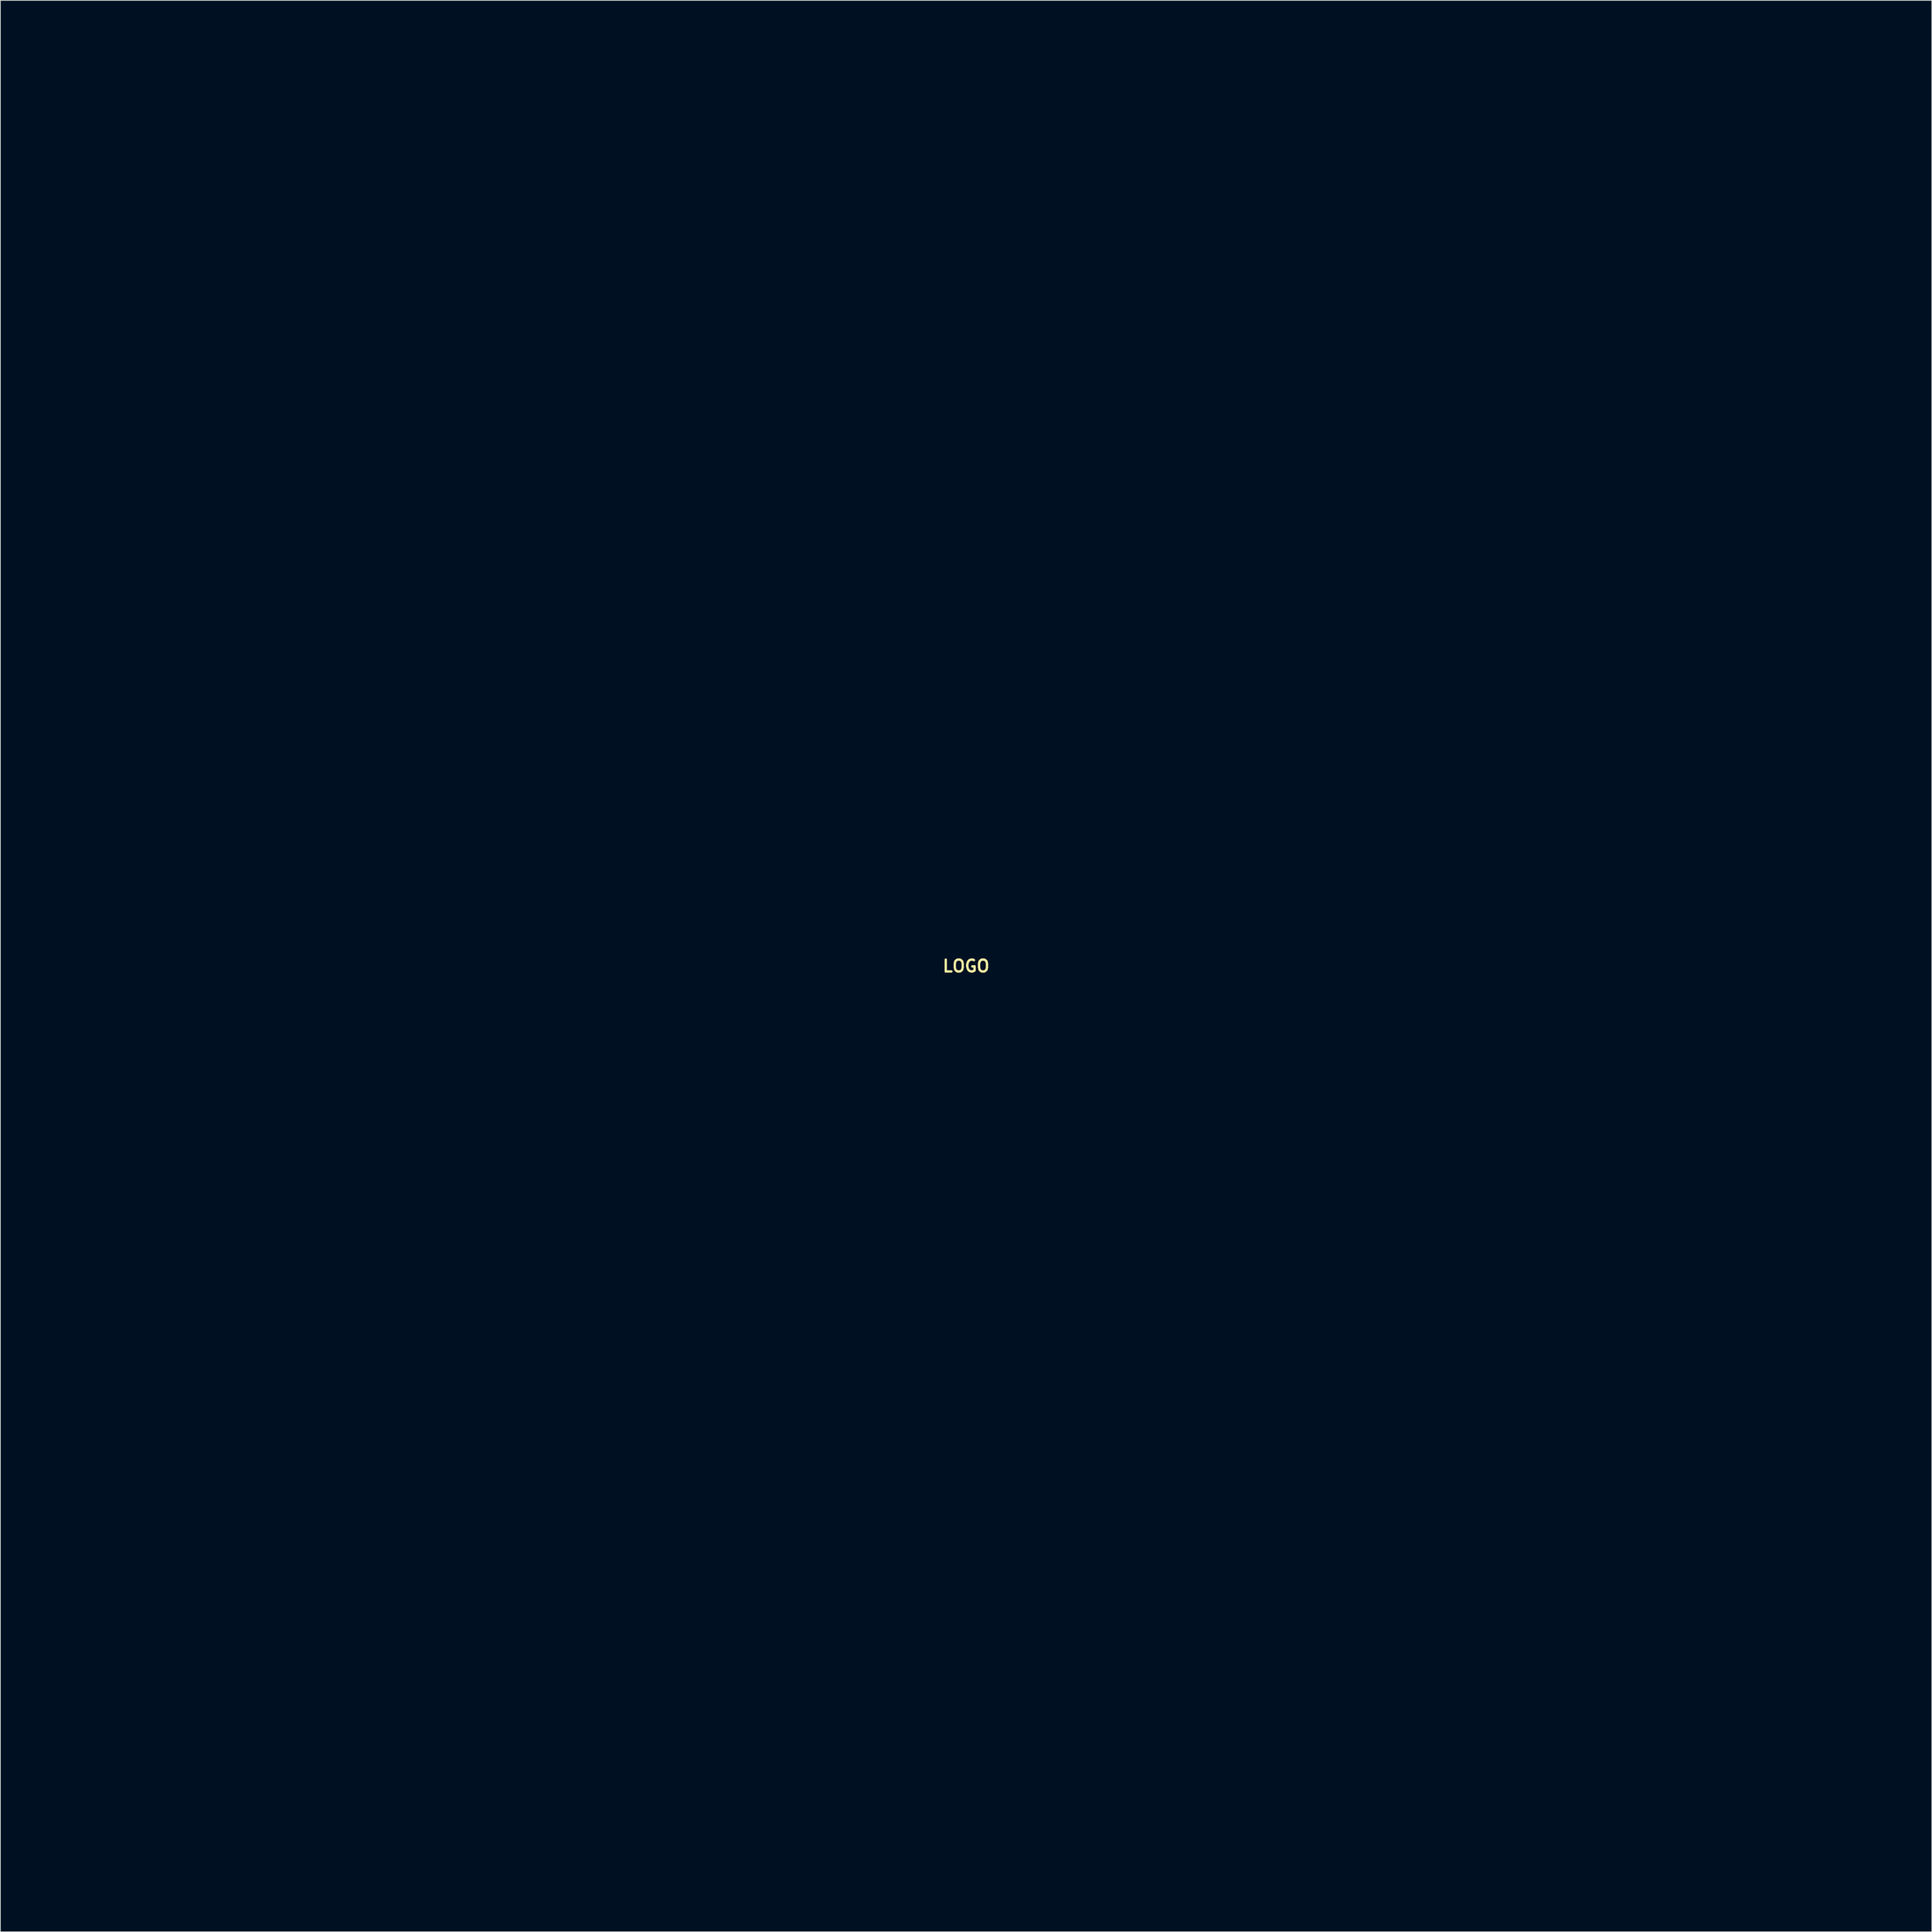
<source format=kicad_pcb>
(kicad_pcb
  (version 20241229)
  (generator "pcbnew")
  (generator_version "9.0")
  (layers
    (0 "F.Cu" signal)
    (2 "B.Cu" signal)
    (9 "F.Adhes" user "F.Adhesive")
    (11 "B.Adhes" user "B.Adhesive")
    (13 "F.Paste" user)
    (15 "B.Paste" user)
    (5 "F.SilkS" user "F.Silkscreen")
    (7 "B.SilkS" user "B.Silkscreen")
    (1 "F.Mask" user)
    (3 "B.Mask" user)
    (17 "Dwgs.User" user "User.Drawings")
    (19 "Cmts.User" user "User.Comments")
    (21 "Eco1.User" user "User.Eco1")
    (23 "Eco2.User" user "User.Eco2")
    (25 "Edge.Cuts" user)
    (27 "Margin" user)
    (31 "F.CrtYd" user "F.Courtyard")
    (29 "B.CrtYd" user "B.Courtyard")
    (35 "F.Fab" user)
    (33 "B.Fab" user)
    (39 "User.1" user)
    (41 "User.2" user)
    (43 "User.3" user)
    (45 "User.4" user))
  (footprint "LOGO"
    (layer "F.Cu")
    (at 121.053 121.053)
    (property "Reference" "LOGO" (at 0 0 0) (layer "F.SilkS") (effects (font (size 1.524 1.524) (thickness 0.3))))
    (attr through_hole)
    (fp_poly (pts (xy -57.503 59.09) (xy -57.679 59.267) (xy -57.856 59.09) (xy -57.679 58.914) (xy -57.503 59.09)) (stroke (width 0.1) (type solid)) (fill yes) (layer "F.Mask"))
    (fp_poly (pts (xy 30.692 8.467) (xy 23.636 8.467) (xy 21.138 8.457) (xy 19.27 8.426) (xy 17.956 8.368) (xy 17.121 8.278) (xy 16.688 8.152) (xy 16.581 8.008) (xy 16.81 7.363) (xy 16.979 7.151) (xy 17.263 6.748) (xy 17.854 5.826) (xy 18.696 4.471) (xy 19.735 2.771) (xy 20.918 0.815) (xy 21.867 -0.768) (xy 26.358 -8.29) (xy 28.525 -8.395) (xy 30.692 -8.5) (xy 30.692 -0.017) (xy 30.692 8.467)) (stroke (width 0.1) (type solid)) (fill yes) (layer "F.Mask"))
    (fp_poly (pts (xy 53.269 53.269) (xy 21.519 53.269) (xy 16.853 53.267) (xy 12.394 53.261) (xy 8.191 53.25) (xy 4.294 53.236) (xy 0.753 53.218) (xy -2.382 53.197) (xy -5.062 53.174) (xy -7.236 53.148) (xy -8.856 53.121) (xy -9.87 53.091) (xy -10.23 53.06) (xy -10.231 53.06) (xy -10.056 52.714) (xy -9.563 51.844) (xy -8.8 50.53) (xy -7.812 48.852) (xy -6.646 46.89) (xy -5.35 44.724) (xy -5.272 44.593) (xy -0.313 36.336) (xy 26.478 36.336) (xy 53.269 36.336) (xy 53.269 44.803) (xy 53.269 53.269)) (stroke (width 0.1) (type solid)) (fill yes) (layer "F.Mask"))
    (fp_poly (pts (xy 11.179 -7.989) (xy 11.06 -7.649) (xy 10.641 -6.776) (xy 9.967 -5.451) (xy 9.08 -3.758) (xy 8.022 -1.78) (xy 6.93 0.231) (xy 2.521 8.29) (xy -5.971 8.361) (xy -8.547 8.37) (xy -10.752 8.351) (xy -12.51 8.307) (xy -13.748 8.241) (xy -14.389 8.154) (xy -14.464 8.107) (xy -14.277 7.738) (xy -13.751 6.86) (xy -12.936 5.551) (xy -11.88 3.89) (xy -10.633 1.957) (xy -9.247 -0.17) (xy -9.127 -0.352) (xy -3.791 -8.487) (xy 3.614 -8.317) (xy 5.826 -8.26) (xy 7.79 -8.195) (xy 9.399 -8.128) (xy 10.548 -8.063) (xy 11.13 -8.005) (xy 11.179 -7.989)) (stroke (width 0.1) (type solid)) (fill yes) (layer "F.Mask"))
    (fp_poly (pts (xy -13.053 36.583) (xy -13.215 36.947) (xy -13.671 37.846) (xy -14.378 39.197) (xy -15.291 40.916) (xy -16.366 42.919) (xy -17.519 45.05) (xy -21.986 53.269) (xy -37.393 53.269) (xy -40.624 53.264) (xy -43.635 53.249) (xy -46.354 53.226) (xy -48.708 53.195) (xy -50.623 53.157) (xy -52.028 53.114) (xy -52.848 53.067) (xy -52.95 53.049) (xy -51.987 52.162) (xy -51.477 51.701) (xy -50.511 50.839) (xy -49.163 49.64) (xy -47.505 48.169) (xy -45.611 46.491) (xy -43.553 44.67) (xy -42.55 43.783) (xy -34.123 36.336) (xy -23.588 36.336) (xy -20.943 36.344) (xy -18.541 36.366) (xy -16.469 36.401) (xy -14.813 36.447) (xy -13.66 36.501) (xy -13.095 36.561) (xy -13.053 36.583)) (stroke (width 0.1) (type solid)) (fill yes) (layer "F.Mask"))
    (fp_poly (pts (xy 53.282 -36.336) (xy 48.299 -36.336) (xy 46.329 -36.344) (xy 44.965 -36.374) (xy 44.105 -36.439) (xy 43.652 -36.552) (xy 43.503 -36.723) (xy 43.536 -36.908) (xy 43.772 -37.36) (xy 44.32 -38.327) (xy 45.127 -39.718) (xy 46.14 -41.444) (xy 47.307 -43.414) (xy 48.213 -44.934) (xy 49.452 -47.006) (xy 50.572 -48.882) (xy 51.522 -50.473) (xy 52.25 -51.695) (xy 52.705 -52.462) (xy 52.835 -52.685) (xy 52.616 -52.533) (xy 51.922 -51.968) (xy 50.81 -51.04) (xy 49.338 -49.798) (xy 47.565 -48.291) (xy 45.548 -46.568) (xy 43.346 -44.678) (xy 43.345 -44.677) (xy 33.69 -36.372) (xy 24.253 -36.354) (xy 21.756 -36.356) (xy 19.507 -36.372) (xy 17.597 -36.398) (xy 16.118 -36.435) (xy 15.16 -36.479) (xy 14.817 -36.53) (xy 14.817 -36.53) (xy 15.001 -36.867) (xy 15.514 -37.697) (xy 16.293 -38.925) (xy 17.276 -40.456) (xy 18.402 -42.195) (xy 19.608 -44.048) (xy 20.832 -45.919) (xy 22.013 -47.713) (xy 23.089 -49.336) (xy 23.998 -50.692) (xy 24.677 -51.687) (xy 24.99 -52.127) (xy 25.843 -53.278) (xy 39.468 -53.185) (xy 53.093 -53.093) (xy 53.188 -44.715) (xy 53.282 -36.336)) (stroke (width 0.1) (type solid)) (fill yes) (layer "F.Mask"))
    (fp_poly (pts (xy 2.895 -53.079) (xy 2.788 -52.729) (xy 2.388 -51.842) (xy 1.736 -50.5) (xy 0.875 -48.787) (xy -0.155 -46.788) (xy -1.251 -44.7) (xy -5.589 -36.513) (xy -20.962 -36.421) (xy -36.336 -36.329) (xy -36.336 -22.398) (xy -36.336 -8.467) (xy -28.575 -8.467) (xy -26.042 -8.452) (xy -23.932 -8.41) (xy -22.313 -8.343) (xy -21.253 -8.255) (xy -20.82 -8.148) (xy -20.814 -8.132) (xy -20.973 -7.742) (xy -21.422 -6.816) (xy -22.116 -5.44) (xy -23.011 -3.699) (xy -24.065 -1.681) (xy -25.129 0.335) (xy -29.444 8.467) (xy -32.89 8.467) (xy -36.336 8.467) (xy -36.336 14.978) (xy -36.336 21.49) (xy -43.694 35.351) (xy -45.263 38.31) (xy -46.763 41.141) (xy -48.152 43.77) (xy -49.393 46.122) (xy -50.446 48.122) (xy -51.271 49.696) (xy -51.828 50.768) (xy -52.025 51.153) (xy -52.973 53.045) (xy -53.034 53.034) (xy -53.061 52.661) (xy -53.087 51.62) (xy -53.112 49.952) (xy -53.136 47.694) (xy -53.158 44.886) (xy -53.179 41.566) (xy -53.198 37.773) (xy -53.215 33.545) (xy -53.231 28.922) (xy -53.243 23.942) (xy -53.254 18.644) (xy -53.262 13.067) (xy -53.267 7.249) (xy -53.269 1.229) (xy -53.269 -0.235) (xy -53.269 -53.269) (xy -25.282 -53.269) (xy -20.902 -53.267) (xy -16.727 -53.26) (xy -12.812 -53.249) (xy -9.209 -53.235) (xy -5.972 -53.217) (xy -3.155 -53.196) (xy -0.812 -53.172) (xy 1.005 -53.146) (xy 2.242 -53.118) (xy 2.844 -53.089) (xy 2.895 -53.079)) (stroke (width 0.1) (type solid)) (fill yes) (layer "F.Mask"))
    (fp_poly (pts (xy 51.724 -98.939) (xy 51.496 -98.546) (xy 50.939 -97.656) (xy 50.113 -96.364) (xy 49.078 -94.763) (xy 47.892 -92.945) (xy 47.544 -92.413) (xy 46.045 -90.129) (xy 44.411 -87.637) (xy 42.779 -85.147) (xy 41.285 -82.868) (xy 40.267 -81.315) (xy 39.164 -79.633) (xy 38.18 -78.132) (xy 37.386 -76.922) (xy 36.855 -76.114) (xy 36.68 -75.847) (xy 35.835 -74.57) (xy 34.654 -72.781) (xy 33.189 -70.557) (xy 31.489 -67.976) (xy 29.606 -65.115) (xy 27.591 -62.052) (xy 25.494 -58.865) (xy 23.368 -55.631) (xy 21.262 -52.428) (xy 19.229 -49.333) (xy 17.318 -46.423) (xy 15.582 -43.777) (xy 14.07 -41.472) (xy 13.941 -41.275) (xy 12.966 -39.789) (xy 11.686 -37.843) (xy 10.187 -35.566) (xy 8.553 -33.087) (xy 6.87 -30.534) (xy 5.228 -28.046) (xy 3.564 -25.523) (xy 1.849 -22.922) (xy 0.174 -20.377) (xy -1.374 -18.022) (xy -2.707 -15.992) (xy -3.708 -14.464) (xy -7.141 -9.217) (xy -10.201 -4.547) (xy -12.901 -0.437) (xy -15.251 3.129) (xy -17.262 6.167) (xy -17.342 6.288) (xy -18.401 7.903) (xy -19.305 9.32) (xy -19.99 10.433) (xy -20.388 11.134) (xy -20.461 11.315) (xy -20.129 11.441) (xy -19.217 11.544) (xy -17.848 11.616) (xy -16.148 11.647) (xy -15.963 11.648) (xy -11.465 11.654) (xy -13.082 13.147) (xy -14.295 14.258) (xy -15.606 15.445) (xy -16.257 16.027) (xy -17.355 17.011) (xy -18.666 18.198) (xy -19.767 19.202) (xy -20.975 20.302) (xy -22.207 21.412) (xy -23.121 22.225) (xy -23.927 22.94) (xy -25.102 23.99) (xy -26.493 25.238) (xy -27.946 26.547) (xy -28.043 26.635) (xy -29.498 27.947) (xy -30.902 29.212) (xy -32.101 30.292) (xy -32.941 31.046) (xy -32.979 31.08) (xy -33.771 31.797) (xy -34.937 32.858) (xy -36.332 34.132) (xy -37.81 35.486) (xy -38.1 35.753) (xy -39.444 36.97) (xy -40.61 37.995) (xy -41.498 38.742) (xy -42.007 39.124) (xy -42.079 39.156) (xy -42.071 38.88) (xy -41.773 38.16) (xy -41.333 37.306) (xy -40.904 36.514) (xy -40.198 35.198) (xy -39.268 33.456) (xy -38.168 31.387) (xy -36.95 29.091) (xy -35.666 26.667) (xy -35.463 26.282) (xy -34.177 23.853) (xy -32.951 21.541) (xy -31.837 19.445) (xy -30.887 17.663) (xy -30.154 16.292) (xy -29.689 15.431) (xy -29.642 15.346) (xy -29.084 14.317) (xy -28.308 12.864) (xy -27.423 11.192) (xy -26.639 9.701) (xy -25.746 8.004) (xy -24.867 6.347) (xy -24.11 4.935) (xy -23.632 4.057) (xy -23.21 3.28) (xy -22.512 1.98) (xy -21.592 0.258) (xy -20.504 -1.786) (xy -19.302 -4.049) (xy -18.04 -6.432) (xy -17.99 -6.526) (xy -16.686 -8.99) (xy -15.406 -11.408) (xy -14.21 -13.665) (xy -13.162 -15.644) (xy -12.323 -17.227) (xy -11.777 -18.256) (xy -10.832 -20.035) (xy -9.768 -22.038) (xy -8.796 -23.869) (xy -8.686 -24.077) (xy -7.904 -25.546) (xy -6.914 -27.4) (xy -5.842 -29.402) (xy -4.814 -31.315) (xy -4.805 -31.331) (xy -3.963 -32.907) (xy -3.256 -34.25) (xy -2.744 -35.244) (xy -2.488 -35.771) (xy -2.469 -35.823) (xy -2.302 -36.183) (xy -1.872 -36.953) (xy -1.458 -37.654) (xy -0.895 -38.633) (xy -0.115 -40.049) (xy 0.778 -41.711) (xy 1.662 -43.392) (xy 2.863 -45.689) (xy 4.368 -48.551) (xy 6.148 -51.918) (xy 8.171 -55.733) (xy 10.409 -59.94) (xy 11.46 -61.913) (xy 12.342 -63.57) (xy 13.37 -65.507) (xy 14.361 -67.381) (xy 14.641 -67.91) (xy 15.425 -69.385) (xy 16.155 -70.738) (xy 16.724 -71.773) (xy 16.934 -72.143) (xy 17.333 -72.86) (xy 17.97 -74.043) (xy 18.759 -75.531) (xy 19.616 -77.163) (xy 19.665 -77.258) (xy 20.626 -79.093) (xy 21.791 -81.303) (xy 23.029 -83.643) (xy 24.211 -85.866) (xy 24.513 -86.431) (xy 26.457 -90.073) (xy 28.136 -93.223) (xy 29.618 -96.01) (xy 30.971 -98.563) (xy 32.017 -100.542) (xy 33.087 -102.56) (xy 33.883 -104.035) (xy 34.455 -105.05) (xy 34.855 -105.688) (xy 35.132 -106.034) (xy 35.338 -106.17) (xy 35.444 -106.186) (xy 35.929 -106.056) (xy 36.885 -105.708) (xy 38.136 -105.207) (xy 38.642 -104.995) (xy 42.167 -103.494) (xy 45.074 -102.239) (xy 47.403 -101.213) (xy 49.19 -100.397) (xy 50.474 -99.776) (xy 51.292 -99.331) (xy 51.681 -99.045) (xy 51.724 -98.939)) (stroke (width 0.1) (type solid)) (fill yes) (layer "F.Mask"))
    (fp_poly (pts (xy 39.158 -36.097) (xy 38.986 -35.721) (xy 38.51 -34.85) (xy 37.794 -33.593) (xy 36.903 -32.059) (xy 35.899 -30.356) (xy 34.845 -28.592) (xy 33.807 -26.877) (xy 32.846 -25.317) (xy 32.788 -25.224) (xy 32.254 -24.351) (xy 31.424 -22.976) (xy 30.361 -21.203) (xy 29.128 -19.137) (xy 27.787 -16.884) (xy 26.458 -14.64) (xy 25.118 -12.382) (xy 23.864 -10.281) (xy 22.751 -8.426) (xy 21.831 -6.907) (xy 21.159 -5.813) (xy 20.789 -5.233) (xy 20.778 -5.218) (xy 20.32 -4.512) (xy 20.11 -4.086) (xy 20.108 -4.072) (xy 19.934 -3.717) (xy 19.458 -2.879) (xy 18.748 -1.677) (xy 17.873 -0.227) (xy 17.68 0.087) (xy 16.7 1.697) (xy 15.792 3.202) (xy 15.051 4.441) (xy 14.576 5.253) (xy 14.554 5.292) (xy 14.152 5.982) (xy 13.455 7.156) (xy 12.535 8.694) (xy 11.465 10.475) (xy 10.335 12.347) (xy 9.532 13.678) (xy 8.444 15.486) (xy 7.102 17.718) (xy 5.537 20.324) (xy 3.781 23.252) (xy 1.864 26.448) (xy -0.183 29.862) (xy -2.328 33.441) (xy -4.54 37.134) (xy -6.788 40.888) (xy -9.042 44.652) (xy -11.269 48.373) (xy -13.44 52) (xy -15.522 55.481) (xy -17.485 58.763) (xy -19.297 61.795) (xy -20.928 64.525) (xy -22.346 66.901) (xy -23.521 68.87) (xy -24.42 70.382) (xy -25.014 71.383) (xy -25.252 71.79) (xy -25.631 72.438) (xy -26.323 73.604) (xy -27.276 75.203) (xy -28.439 77.147) (xy -29.76 79.352) (xy -31.188 81.731) (xy -31.881 82.884) (xy -33.292 85.245) (xy -34.57 87.412) (xy -35.674 89.313) (xy -36.561 90.874) (xy -37.189 92.021) (xy -37.517 92.68) (xy -37.553 92.809) (xy -37.143 93.003) (xy -36.281 93.211) (xy -35.811 93.291) (xy -34.869 93.48) (xy -34.307 93.687) (xy -34.236 93.772) (xy -34.5 94.049) (xy -35.211 94.675) (xy -36.26 95.564) (xy -37.542 96.627) (xy -38.948 97.778) (xy -40.372 98.927) (xy -41.705 99.989) (xy -42.842 100.874) (xy -43.675 101.497) (xy -43.798 101.583) (xy -44.244 101.859) (xy -44.422 101.769) (xy -44.392 101.186) (xy -44.294 100.525) (xy -44.109 99.445) (xy -43.831 97.946) (xy -43.509 96.299) (xy -43.404 95.779) (xy -43.079 94.124) (xy -42.783 92.511) (xy -42.567 91.22) (xy -42.524 90.928) (xy -42.357 89.954) (xy -42.193 89.35) (xy -42.125 89.253) (xy -41.816 89.494) (xy -41.218 90.108) (xy -40.844 90.523) (xy -40.399 91.034) (xy -40.046 91.359) (xy -39.721 91.436) (xy -39.358 91.203) (xy -38.894 90.597) (xy -38.265 89.557) (xy -37.405 88.019) (xy -36.435 86.254) (xy -35.5 84.557) (xy -34.615 82.953) (xy -33.873 81.609) (xy -33.366 80.693) (xy -33.32 80.61) (xy -32.146 78.493) (xy -30.867 76.177) (xy -29.555 73.793) (xy -28.281 71.471) (xy -27.117 69.344) (xy -26.136 67.541) (xy -25.41 66.195) (xy -25.289 65.969) (xy -24.493 64.498) (xy -23.498 62.692) (xy -22.458 60.83) (xy -21.874 59.796) (xy -20.863 58.002) (xy -19.786 56.07) (xy -18.805 54.291) (xy -18.346 53.446) (xy -17.737 52.325) (xy -16.855 50.716) (xy -15.77 48.744) (xy -14.553 46.537) (xy -13.274 44.223) (xy -12.521 42.862) (xy -11.106 40.308) (xy -9.589 37.567) (xy -8.073 34.825) (xy -6.66 32.266) (xy -5.453 30.078) (xy -5.111 29.457) (xy -4.069 27.565) (xy -3.101 25.812) (xy -2.278 24.321) (xy -1.667 23.218) (xy -1.366 22.677) (xy -0.877 21.797) (xy -0.194 20.557) (xy 0.54 19.219) (xy 0.578 19.149) (xy 1.067 18.258) (xy 1.84 16.855) (xy 2.838 15.047) (xy 4.002 12.938) (xy 5.274 10.634) (xy 6.596 8.242) (xy 7.91 5.867) (xy 9.157 3.614) (xy 10.278 1.589) (xy 11.215 -0.101) (xy 11.55 -0.706) (xy 12.953 -3.243) (xy 14.224 -5.564) (xy 15.323 -7.595) (xy 16.215 -9.268) (xy 16.86 -10.51) (xy 17.221 -11.252) (xy 17.286 -11.429) (xy 16.964 -11.553) (xy 16.118 -11.628) (xy 14.931 -11.639) (xy 14.905 -11.639) (xy 13.459 -11.618) (xy 12.108 -11.615) (xy 11.289 -11.627) (xy 10.054 -11.665) (xy 10.936 -12.389) (xy 11.885 -13.181) (xy 12.703 -13.877) (xy 13.307 -14.394) (xy 14.313 -15.252) (xy 15.586 -16.336) (xy 16.99 -17.529) (xy 17.113 -17.633) (xy 18.44 -18.764) (xy 19.566 -19.732) (xy 20.386 -20.444) (xy 20.793 -20.809) (xy 20.814 -20.831) (xy 21.133 -21.118) (xy 21.91 -21.792) (xy 23.067 -22.783) (xy 24.522 -24.024) (xy 26.194 -25.445) (xy 28.003 -26.98) (xy 29.868 -28.558) (xy 31.709 -30.112) (xy 33.446 -31.574) (xy 34.997 -32.875) (xy 35.872 -33.606) (xy 37.13 -34.635) (xy 38.165 -35.446) (xy 38.875 -35.961) (xy 39.157 -36.103) (xy 39.158 -36.097)) (stroke (width 0.1) (type solid)) (fill yes) (layer "F.Mask"))
    (fp_poly (pts (xy 121.003 121.003) (xy 71.878 120.975) (xy 66.059 120.971) (xy 60.44 120.964) (xy 55.063 120.956) (xy 49.966 120.947) (xy 45.189 120.936) (xy 40.772 120.924) (xy 36.755 120.91) (xy 33.176 120.896) (xy 30.076 120.881) (xy 27.495 120.864) (xy 25.472 120.848) (xy 24.046 120.831) (xy 23.258 120.813) (xy 23.107 120.801) (xy 23.593 120.661) (xy 24.587 120.416) (xy 25.907 120.109) (xy 26.458 119.985) (xy 28.582 119.486) (xy 30.924 118.893) (xy 33.313 118.255) (xy 35.576 117.618) (xy 37.542 117.031) (xy 39.038 116.54) (xy 39.335 116.432) (xy 42.478 115.238) (xy 45.107 114.21) (xy 47.372 113.286) (xy 49.425 112.4) (xy 51.417 111.487) (xy 53.501 110.485) (xy 54.504 109.989) (xy 57.478 108.473) (xy 60.351 106.934) (xy 63.009 105.441) (xy 65.337 104.057) (xy 67.22 102.85) (xy 68.236 102.125) (xy 69.465 101.188) (xy 63.894 92.839) (xy 58.323 84.49) (xy 61.705 81.931) (xy 68.258 76.53) (xy 74.373 70.581) (xy 80.034 64.098) (xy 81.984 61.602) (xy 82.96 60.334) (xy 83.778 59.309) (xy 84.348 58.638) (xy 84.576 58.427) (xy 84.897 58.626) (xy 85.729 59.168) (xy 86.995 60.002) (xy 88.619 61.077) (xy 90.526 62.345) (xy 92.639 63.753) (xy 92.942 63.956) (xy 101.155 69.442) (xy 101.851 68.5) (xy 103.712 65.771) (xy 105.696 62.488) (xy 107.741 58.781) (xy 109.784 54.776) (xy 111.763 50.601) (xy 113.617 46.384) (xy 115.283 42.252) (xy 116.698 38.333) (xy 117.008 37.394) (xy 117.572 35.563) (xy 118.16 33.511) (xy 118.743 31.356) (xy 119.291 29.215) (xy 119.778 27.205) (xy 120.172 25.444) (xy 120.447 24.048) (xy 120.573 23.136) (xy 120.562 22.856) (xy 120.146 22.625) (xy 119.043 22.288) (xy 117.262 21.848) (xy 114.811 21.307) (xy 111.702 20.668) (xy 110.644 20.458) (xy 100.91 18.537) (xy 101.089 17.647) (xy 101.598 14.541) (xy 101.997 10.902) (xy 102.283 6.896) (xy 102.45 2.689) (xy 102.496 -1.556) (xy 102.416 -5.673) (xy 102.207 -9.496) (xy 101.863 -12.86) (xy 101.837 -13.053) (xy 101.592 -14.778) (xy 101.366 -16.276) (xy 101.185 -17.393) (xy 101.071 -17.975) (xy 101.066 -17.992) (xy 101.13 -18.171) (xy 101.47 -18.37) (xy 102.154 -18.603) (xy 103.246 -18.888) (xy 104.812 -19.241) (xy 106.917 -19.679) (xy 109.628 -20.218) (xy 110.778 -20.443) (xy 113.676 -21.011) (xy 115.953 -21.47) (xy 117.682 -21.84) (xy 118.935 -22.138) (xy 119.786 -22.385) (xy 120.307 -22.598) (xy 120.57 -22.798) (xy 120.649 -23.003) (xy 120.65 -23.026) (xy 120.555 -23.836) (xy 120.292 -25.193) (xy 119.892 -26.968) (xy 119.387 -29.031) (xy 118.81 -31.251) (xy 118.192 -33.5) (xy 117.565 -35.648) (xy 117.445 -36.043) (xy 114.489 -44.545) (xy 110.934 -52.767) (xy 106.817 -60.628) (xy 103.569 -65.952) (xy 101.25 -69.526) (xy 93.196 -64.064) (xy 91.075 -62.63) (xy 89.137 -61.329) (xy 87.462 -60.213) (xy 86.128 -59.335) (xy 85.213 -58.745) (xy 84.797 -58.497) (xy 84.788 -58.493) (xy 84.454 -58.718) (xy 83.796 -59.41) (xy 82.904 -60.467) (xy 81.869 -61.784) (xy 81.711 -61.992) (xy 79.875 -64.313) (xy 77.747 -66.814) (xy 75.426 -69.393) (xy 73.009 -71.952) (xy 70.595 -74.388) (xy 68.282 -76.603) (xy 66.166 -78.496) (xy 64.347 -79.966) (xy 63.774 -80.379) (xy 63.027 -80.93) (xy 62.582 -81.301) (xy 62.109 -81.686) (xy 61.25 -82.335) (xy 60.248 -83.067) (xy 58.302 -84.465) (xy 63.901 -92.853) (xy 69.501 -101.242) (xy 65.963 -103.545) (xy 61.576 -106.22) (xy 56.705 -108.875) (xy 51.567 -111.403) (xy 46.38 -113.701) (xy 41.359 -115.663) (xy 39.511 -116.309) (xy 37.983 -116.819) (xy 36.694 -117.243) (xy 35.795 -117.531) (xy 35.454 -117.63) (xy 34.748 -117.811) (xy 33.65 -118.121) (xy 32.44 -118.477) (xy 31.401 -118.799) (xy 31.044 -118.918) (xy 30.06 -119.191) (xy 28.929 -119.419) (xy 28.928 -119.419) (xy 27.721 -119.66) (xy 26.635 -119.947) (xy 25.59 -120.182) (xy 24.316 -120.352) (xy 24.002 -120.376) (xy 22.428 -120.474) (xy 20.5 -110.67) (xy 19.895 -107.639) (xy 19.397 -105.251) (xy 18.992 -103.452) (xy 18.667 -102.191) (xy 18.41 -101.414) (xy 18.207 -101.068) (xy 18.11 -101.044) (xy 17.594 -101.164) (xy 16.537 -101.357) (xy 15.094 -101.596) (xy 13.498 -101.843) (xy 10.418 -102.194) (xy 6.808 -102.419) (xy 2.831 -102.525) (xy -1.348 -102.512) (xy -5.567 -102.387) (xy -9.66 -102.152) (xy -13.464 -101.81) (xy -16.816 -101.366) (xy -18.113 -101.138) (xy -18.389 -101.346) (xy -18.684 -102.113) (xy -19.016 -103.497) (xy -19.2 -104.422) (xy -19.315 -105.018) (xy -19.544 -106.193) (xy -19.865 -107.832) (xy -20.255 -109.822) (xy -20.692 -112.05) (xy -20.879 -113.005) (xy -22.392 -120.705) (xy -23.984 -120.462) (xy -25.514 -120.215) (xy -26.384 -120.043) (xy -26.635 -119.945) (xy -26.934 -119.854) (xy -27.517 -119.74) (xy -28.318 -119.577) (xy -29.524 -119.306) (xy -30.692 -119.028) (xy -31.657 -118.785) (xy -32.667 -118.511) (xy -33.842 -118.169) (xy -35.304 -117.724) (xy -37.174 -117.138) (xy -39.572 -116.376) (xy -40.04 -116.227) (xy -41.02 -115.889) (xy -42.326 -115.405) (xy -43.778 -114.846) (xy -45.198 -114.283) (xy -46.407 -113.785) (xy -47.226 -113.423) (xy -47.438 -113.313) (xy -48.11 -113.05) (xy -48.323 -113.006) (xy -48.852 -112.819) (xy -49.852 -112.372) (xy -51.207 -111.726) (xy -52.802 -110.94) (xy -54.521 -110.073) (xy -56.248 -109.183) (xy -57.869 -108.332) (xy -59.267 -107.577) (xy -60.327 -106.977) (xy -60.933 -106.593) (xy -61.031 -106.494) (xy -61.306 -106.201) (xy -61.427 -106.186) (xy -61.903 -106.008) (xy -62.817 -105.532) (xy -64.016 -104.85) (xy -65.348 -104.052) (xy -66.66 -103.229) (xy -67.8 -102.47) (xy -68.356 -102.071) (xy -69.508 -101.203) (xy -67.155 -97.786) (xy -65.792 -95.794) (xy -64.394 -93.734) (xy -63.02 -91.692) (xy -61.727 -89.755) (xy -60.574 -88.012) (xy -59.618 -86.549) (xy -58.917 -85.454) (xy -58.529 -84.813) (xy -58.472 -84.695) (xy -58.701 -84.366) (xy -59.388 -83.724) (xy -60.42 -82.87) (xy -61.383 -82.128) (xy -66.405 -78.109) (xy -71.219 -73.759) (xy -75.701 -69.202) (xy -79.729 -64.563) (xy -82.856 -60.433) (xy -84.387 -58.25) (xy -92.8 -63.866) (xy -101.213 -69.481) (xy -103.127 -66.579) (xy -106.422 -61.191) (xy -109.578 -55.27) (xy -112.514 -48.985) (xy -115.151 -42.505) (xy -117.41 -36) (xy -117.416 -35.983) (xy -118.112 -33.685) (xy -118.764 -31.356) (xy -119.347 -29.102) (xy -119.838 -27.027) (xy -120.213 -25.235) (xy -120.448 -23.831) (xy -120.52 -22.918) (xy -120.452 -22.619) (xy -120.031 -22.474) (xy -119.009 -22.218) (xy -117.48 -21.87) (xy -115.535 -21.453) (xy -113.268 -20.985) (xy -110.77 -20.487) (xy -110.596 -20.453) (xy -108.105 -19.965) (xy -105.854 -19.522) (xy -103.93 -19.143) (xy -102.424 -18.843) (xy -101.424 -18.642) (xy -101.02 -18.557) (xy -101.016 -18.556) (xy -101.046 -18.219) (xy -101.173 -17.359) (xy -101.373 -16.148) (xy -101.42 -15.875) (xy -101.879 -12.652) (xy -102.237 -8.958) (xy -102.481 -5.021) (xy -102.596 -1.069) (xy -102.569 2.669) (xy -102.553 3.167) (xy -102.448 5.352) (xy -102.288 7.729) (xy -102.088 10.159) (xy -101.86 12.503) (xy -101.62 14.622) (xy -101.38 16.378) (xy -101.155 17.632) (xy -101.061 18.003) (xy -101.115 18.185) (xy -101.434 18.383) (xy -102.082 18.613) (xy -103.129 18.894) (xy -104.64 19.242) (xy -106.683 19.674) (xy -109.325 20.209) (xy -110.641 20.47) (xy -113.86 21.122) (xy -116.475 21.686) (xy -118.466 22.155) (xy -119.81 22.526) (xy -120.487 22.792) (xy -120.566 22.867) (xy -120.557 23.405) (xy -120.381 24.504) (xy -120.066 26.047) (xy -119.64 27.916) (xy -119.131 29.995) (xy -118.567 32.166) (xy -117.977 34.312) (xy -117.387 36.315) (xy -117.217 36.865) (xy -115.206 42.649) (xy -112.787 48.58) (xy -110.05 54.465) (xy -107.088 60.112) (xy -103.992 65.331) (xy -102.595 67.465) (xy -101.226 69.49) (xy -92.858 63.908) (xy -84.49 58.325) (xy -81.765 61.883) (xy -77.116 67.582) (xy -72.294 72.731) (xy -67.145 77.486) (xy -62.442 81.299) (xy -61.009 82.422) (xy -59.812 83.409) (xy -58.946 84.177) (xy -58.509 84.642) (xy -58.477 84.725) (xy -58.69 85.092) (xy -59.244 85.965) (xy -60.088 87.265) (xy -61.169 88.912) (xy -62.435 90.827) (xy -63.835 92.931) (xy -63.857 92.963) (xy -65.254 95.068) (xy -66.513 96.988) (xy -67.583 98.642) (xy -68.412 99.951) (xy -68.949 100.835) (xy -69.144 101.216) (xy -69.144 101.217) (xy -68.857 101.502) (xy -68.066 102.076) (xy -66.878 102.873) (xy -65.397 103.826) (xy -63.731 104.87) (xy -61.985 105.938) (xy -60.266 106.964) (xy -58.678 107.882) (xy -57.329 108.626) (xy -56.974 108.812) (xy -52.429 111.025) (xy -47.642 113.127) (xy -42.745 115.071) (xy -37.87 116.812) (xy -33.148 118.302) (xy -28.711 119.495) (xy -24.692 120.345) (xy -23.808 120.492) (xy -22.392 120.713) (xy -20.467 110.98) (xy -18.542 101.247) (xy -17.559 101.247) (xy -16.798 101.303) (xy -15.544 101.452) (xy -13.997 101.67) (xy -12.962 101.832) (xy -11.46 102.037) (xy -9.753 102.193) (xy -7.733 102.304) (xy -5.293 102.374) (xy -2.327 102.41) (xy 0 102.416) (xy 3.377 102.402) (xy 6.157 102.355) (xy 8.445 102.272) (xy 10.35 102.146) (xy 11.977 101.975) (xy 12.962 101.832) (xy 14.593 101.583) (xy 16.063 101.388) (xy 17.168 101.27) (xy 17.585 101.247) (xy 18.594 101.247) (xy 20.43 110.508) (xy 20.926 112.998) (xy 21.384 115.282) (xy 21.786 117.261) (xy 22.11 118.837) (xy 22.337 119.913) (xy 22.446 120.385) (xy 22.442 120.457) (xy 22.37 120.524) (xy 22.199 120.584) (xy 21.903 120.64) (xy 21.453 120.69) (xy 20.82 120.735) (xy 19.976 120.776) (xy 18.892 120.813) (xy 17.541 120.845) (xy 15.894 120.873) (xy 13.923 120.898) (xy 11.599 120.92) (xy 8.894 120.938) (xy 5.779 120.953) (xy 2.227 120.966) (xy -1.792 120.977) (xy -6.305 120.985) (xy -11.341 120.991) (xy -16.927 120.996) (xy -23.094 120.999) (xy -29.868 121.001) (xy -37.278 121.002) (xy -45.353 121.003) (xy -49.189 121.003) (xy -121.003 121.003) (xy -121.003 0) (xy -121.003 -121.003) (xy 0 -121.003) (xy 121.003 -121.003) (xy 121.003 0) (xy 121.003 121.003)) (stroke (width 0.1) (type solid)) (fill yes) (layer "F.Mask"))
    (fp_poly (pts (xy 117.122 25.572) (xy 117.022 26.268) (xy 116.744 27.508) (xy 116.324 29.163) (xy 115.799 31.105) (xy 115.203 33.206) (xy 114.572 35.336) (xy 113.943 37.367) (xy 113.354 39.158) (xy 111.909 43.056) (xy 110.148 47.266) (xy 108.164 51.59) (xy 106.053 55.83) (xy 103.91 59.787) (xy 101.83 63.263) (xy 101.753 63.383) (xy 100.553 65.26) (xy 99.577 64.644) (xy 99.021 64.281) (xy 97.971 63.586) (xy 96.519 62.62) (xy 94.758 61.444) (xy 92.778 60.119) (xy 91.155 59.031) (xy 83.709 54.034) (xy 82.792 55.361) (xy 82.792 2.7) (xy 82.753 -4.344) (xy 82.144 -11.26) (xy 80.955 -17.932) (xy 80.596 -19.433) (xy 78.381 -26.895) (xy 75.586 -33.968) (xy 72.199 -40.671) (xy 68.211 -47.019) (xy 63.61 -53.028) (xy 58.387 -58.717) (xy 52.53 -64.102) (xy 52.098 -64.467) (xy 50.283 -65.898) (xy 48.059 -67.513) (xy 45.64 -69.162) (xy 43.239 -70.696) (xy 42.598 -71.085) (xy 41.232 -71.927) (xy 40.122 -72.654) (xy 39.392 -73.182) (xy 39.158 -73.421) (xy 39.346 -73.763) (xy 39.884 -74.634) (xy 40.734 -75.973) (xy 41.857 -77.721) (xy 43.214 -79.819) (xy 44.766 -82.205) (xy 46.476 -84.82) (xy 47.978 -87.108) (xy 49.787 -89.864) (xy 51.471 -92.436) (xy 52.992 -94.767) (xy 54.31 -96.796) (xy 55.388 -98.464) (xy 56.187 -99.711) (xy 56.667 -100.479) (xy 56.797 -100.708) (xy 56.554 -100.825) (xy 56.533 -100.819) (xy 56.046 -100.912) (xy 55.562 -101.133) (xy 54.987 -101.417) (xy 53.894 -101.928) (xy 52.376 -102.624) (xy 50.525 -103.463) (xy 48.433 -104.406) (xy 46.192 -105.41) (xy 43.896 -106.435) (xy 41.636 -107.439) (xy 39.504 -108.382) (xy 37.592 -109.222) (xy 35.993 -109.918) (xy 34.8 -110.43) (xy 34.103 -110.715) (xy 33.964 -110.761) (xy 33.749 -110.456) (xy 33.241 -109.587) (xy 32.472 -108.215) (xy 31.477 -106.402) (xy 30.288 -104.208) (xy 28.939 -101.694) (xy 27.464 -98.923) (xy 25.965 -96.089) (xy 24.394 -93.121) (xy 22.911 -90.347) (xy 21.551 -87.829) (xy 20.348 -85.629) (xy 19.337 -83.811) (xy 18.551 -82.435) (xy 18.025 -81.563) (xy 17.798 -81.26) (xy 17.232 -81.23) (xy 16.222 -81.329) (xy 15.293 -81.48) (xy 8.14 -82.514) (xy 0.988 -82.906) (xy -6.25 -82.654) (xy -13.66 -81.759) (xy -16.228 -81.309) (xy -22.264 -79.878) (xy -28.408 -77.866) (xy -34.496 -75.346) (xy -40.365 -72.389) (xy -45.852 -69.065) (xy -48.597 -67.144) (xy -54.624 -62.275) (xy -60.12 -56.964) (xy -65.066 -51.248) (xy -69.446 -45.159) (xy -73.241 -38.732) (xy -76.436 -32.001) (xy -79.011 -25.002) (xy -80.95 -17.767) (xy -82.235 -10.331) (xy -82.849 -2.729) (xy -82.903 0.304) (xy -82.554 7.7) (xy -81.521 15.043) (xy -79.828 22.276) (xy -77.496 29.338) (xy -74.548 36.172) (xy -71.005 42.718) (xy -66.891 48.917) (xy -62.444 54.463) (xy -58.203 58.928) (xy -53.559 63.155) (xy -48.725 66.957) (xy -46.55 68.476) (xy -44.863 69.605) (xy -43.606 70.437) (xy -42.62 71.067) (xy -41.746 71.59) (xy -40.825 72.099) (xy -39.7 72.688) (xy -38.212 73.453) (xy -37.991 73.566) (xy -34.179 75.521) (xy -36.117 79.124) (xy -37.015 80.79) (xy -37.91 82.444) (xy -38.68 83.861) (xy -39.089 84.608) (xy -40.123 86.489) (xy -42.101 84.157) (xy -43.054 83.055) (xy -43.658 82.436) (xy -44.005 82.236) (xy -44.188 82.388) (xy -44.259 82.629) (xy -44.374 83.23) (xy -44.584 84.406) (xy -44.872 86.062) (xy -45.223 88.104) (xy -45.62 90.436) (xy -46.048 92.965) (xy -46.491 95.595) (xy -46.933 98.232) (xy -47.358 100.781) (xy -47.75 103.147) (xy -48.094 105.237) (xy -48.372 106.955) (xy -48.571 108.206) (xy -48.673 108.897) (xy -48.683 108.997) (xy -48.433 108.995) (xy -47.769 108.618) (xy -46.816 107.942) (xy -46.478 107.68) (xy -45.639 107.017) (xy -44.336 105.991) (xy -42.66 104.671) (xy -40.703 103.131) (xy -38.556 101.441) (xy -36.31 99.674) (xy -35.631 99.139) (xy -33.487 97.452) (xy -31.519 95.9) (xy -29.794 94.539) (xy -28.384 93.423) (xy -27.356 92.607) (xy -26.783 92.146) (xy -26.69 92.069) (xy -26.862 91.889) (xy -27.586 91.66) (xy -28.717 91.425) (xy -28.983 91.381) (xy -30.331 91.155) (xy -31.455 90.951) (xy -32.127 90.809) (xy -32.157 90.801) (xy -32.301 90.637) (xy -32.238 90.23) (xy -31.934 89.509) (xy -31.356 88.404) (xy -30.47 86.844) (xy -29.241 84.758) (xy -29.231 84.742) (xy -28.065 82.825) (xy -27.035 81.213) (xy -26.194 79.985) (xy -25.596 79.217) (xy -25.296 78.986) (xy -22.166 79.897) (xy -18.538 80.743) (xy -14.62 81.488) (xy -10.617 82.093) (xy -6.739 82.519) (xy -5.874 82.588) (xy 1.638 82.806) (xy 9.087 82.336) (xy 16.501 81.175) (xy 23.909 79.317) (xy 30.423 77.111) (xy 31.468 76.672) (xy 32.965 75.988) (xy 34.756 75.138) (xy 36.686 74.197) (xy 38.597 73.243) (xy 40.335 72.353) (xy 41.741 71.605) (xy 42.65 71.081) (xy 43.884 70.293) (xy 45.173 69.456) (xy 46.354 68.677) (xy 47.266 68.062) (xy 47.745 67.719) (xy 47.746 67.719) (xy 48.179 67.378) (xy 49.042 66.711) (xy 50.202 65.818) (xy 51.329 64.955) (xy 53.452 63.228) (xy 55.823 61.127) (xy 58.254 58.83) (xy 60.555 56.516) (xy 62.446 54.468) (xy 66.022 50.038) (xy 69.449 45.086) (xy 72.614 39.797) (xy 75.407 34.354) (xy 77.389 29.786) (xy 79.558 23.413) (xy 81.186 16.695) (xy 82.267 9.752) (xy 82.792 2.7) (xy 82.792 55.361) (xy 81.475 57.268) (xy 78.4 61.404) (xy 74.886 65.584) (xy 71.059 69.686) (xy 67.041 73.587) (xy 62.957 77.165) (xy 58.93 80.3) (xy 56.18 82.184) (xy 55.213 82.85) (xy 54.542 83.396) (xy 54.328 83.673) (xy 54.516 84.035) (xy 55.047 84.903) (xy 55.869 86.198) (xy 56.931 87.839) (xy 58.182 89.747) (xy 59.554 91.816) (xy 60.955 93.92) (xy 62.232 95.841) (xy 63.332 97.499) (xy 64.201 98.813) (xy 64.785 99.7) (xy 65.028 100.076) (xy 64.854 100.459) (xy 64.073 101.12) (xy 62.714 102.033) (xy 62.006 102.47) (xy 60.614 103.313) (xy 59.41 104.042) (xy 58.545 104.566) (xy 58.208 104.769) (xy 57.638 105.081) (xy 56.622 105.606) (xy 55.294 106.277) (xy 53.786 107.029) (xy 52.232 107.797) (xy 50.765 108.515) (xy 49.516 109.117) (xy 48.619 109.538) (xy 48.206 109.713) (xy 48.197 109.714) (xy 47.793 109.849) (xy 46.953 110.198) (xy 46.136 110.561) (xy 42.277 112.163) (xy 37.796 113.749) (xy 32.773 115.289) (xy 29.551 116.175) (xy 27.706 116.653) (xy 26.431 116.951) (xy 25.617 117.083) (xy 25.157 117.065) (xy 24.943 116.911) (xy 24.897 116.801) (xy 24.788 116.317) (xy 24.563 115.236) (xy 24.242 113.656) (xy 23.843 111.673) (xy 23.388 109.384) (xy 22.895 106.892) (xy 22.409 104.425) (xy 21.969 102.198) (xy 21.592 100.301) (xy 21.297 98.824) (xy 21.101 97.856) (xy 21.023 97.487) (xy 21.023 97.486) (xy 20.69 97.522) (xy 19.85 97.671) (xy 18.697 97.897) (xy 15.253 98.525) (xy 11.816 98.986) (xy 8.209 99.295) (xy 4.255 99.468) (xy -0.141 99.52) (xy -2.649 99.502) (xy -5.093 99.451) (xy -7.326 99.375) (xy -9.2 99.277) (xy -10.568 99.164) (xy -10.9 99.122) (xy -13.527 98.727) (xy -15.856 98.363) (xy -17.804 98.044) (xy -19.286 97.785) (xy -20.218 97.599) (xy -20.507 97.515) (xy -20.613 97.472) (xy -20.714 97.531) (xy -20.829 97.763) (xy -20.974 98.237) (xy -21.165 99.025) (xy -21.42 100.198) (xy -21.755 101.826) (xy -22.186 103.979) (xy -22.731 106.729) (xy -22.955 107.862) (xy -23.455 110.359) (xy -23.919 112.613) (xy -24.328 114.534) (xy -24.662 116.037) (xy -24.903 117.033) (xy -25.032 117.434) (xy -25.039 117.438) (xy -25.457 117.33) (xy -26.325 117.091) (xy -26.988 116.906) (xy -28.134 116.589) (xy -29.694 116.162) (xy -31.4 115.699) (xy -32.103 115.509) (xy -37.373 113.914) (xy -42.916 111.912) (xy -48.505 109.592) (xy -53.913 107.044) (xy -55.21 106.382) (xy -56.746 105.568) (xy -58.463 104.632) (xy -60.231 103.647) (xy -61.917 102.689) (xy -63.389 101.833) (xy -64.517 101.153) (xy -65.168 100.725) (xy -65.201 100.699) (xy -65.043 100.394) (xy -64.539 99.578) (xy -63.737 98.325) (xy -62.686 96.709) (xy -61.433 94.804) (xy -60.027 92.684) (xy -59.702 92.196) (xy -54.088 83.785) (xy -57.787 81.139) (xy -59.215 80.112) (xy -60.451 79.214) (xy -61.373 78.533) (xy -61.857 78.16) (xy -61.879 78.14) (xy -62.313 77.765) (xy -63.14 77.06) (xy -64.214 76.15) (xy -64.738 75.707) (xy -67.711 73.035) (xy -70.85 69.923) (xy -74.001 66.539) (xy -77.012 63.054) (xy -79.731 59.637) (xy -81.844 56.698) (xy -82.615 55.601) (xy -83.254 54.774) (xy -83.651 54.359) (xy -83.702 54.336) (xy -84.056 54.522) (xy -84.916 55.052) (xy -86.204 55.873) (xy -87.841 56.937) (xy -89.748 58.191) (xy -91.847 59.585) (xy -91.893 59.616) (xy -94.002 61.018) (xy -95.928 62.287) (xy -97.59 63.372) (xy -98.908 64.219) (xy -99.802 64.778) (xy -100.191 64.995) (xy -100.192 64.995) (xy -100.589 64.751) (xy -101.238 63.948) (xy -102.097 62.668) (xy -103.119 60.991) (xy -104.26 58.999) (xy -105.475 56.771) (xy -106.718 54.39) (xy -107.946 51.935) (xy -109.112 49.489) (xy -110.173 47.131) (xy -110.376 46.66) (xy -111.281 44.442) (xy -112.226 41.953) (xy -113.176 39.302) (xy -114.097 36.595) (xy -114.956 33.941) (xy -115.717 31.447) (xy -116.346 29.221) (xy -116.81 27.37) (xy -117.074 26.002) (xy -117.122 25.441) (xy -117.021 25.244) (xy -116.669 25.036) (xy -115.999 24.799) (xy -114.941 24.515) (xy -113.424 24.166) (xy -111.379 23.735) (xy -108.737 23.202) (xy -107.509 22.959) (xy -104.996 22.461) (xy -102.711 22.003) (xy -100.747 21.604) (xy -99.192 21.282) (xy -98.14 21.056) (xy -97.679 20.945) (xy -97.668 20.941) (xy -97.595 20.555) (xy -97.689 19.741) (xy -97.752 19.433) (xy -98.416 15.895) (xy -98.951 11.863) (xy -99.342 7.539) (xy -99.576 3.125) (xy -99.638 -1.176) (xy -99.513 -5.164) (xy -99.496 -5.436) (xy -99.335 -7.525) (xy -99.104 -9.919) (xy -98.824 -12.448) (xy -98.516 -14.943) (xy -98.201 -17.235) (xy -97.9 -19.154) (xy -97.646 -20.475) (xy -97.837 -20.665) (xy -98.511 -20.92) (xy -99.71 -21.25) (xy -101.475 -21.664) (xy -103.848 -22.175) (xy -106.87 -22.792) (xy -107.244 -22.867) (xy -109.766 -23.374) (xy -112.055 -23.842) (xy -114.023 -24.251) (xy -115.58 -24.583) (xy -116.636 -24.819) (xy -117.102 -24.941) (xy -117.115 -24.947) (xy -117.122 -25.358) (xy -116.946 -26.329) (xy -116.616 -27.749) (xy -116.163 -29.506) (xy -115.618 -31.488) (xy -115.012 -33.584) (xy -114.374 -35.681) (xy -113.737 -37.668) (xy -113.166 -39.335) (xy -112.324 -41.602) (xy -111.338 -44.122) (xy -110.329 -46.587) (xy -109.424 -48.683) (xy -108.447 -50.792) (xy -107.355 -53.025) (xy -106.196 -55.299) (xy -105.019 -57.527) (xy -103.869 -59.625) (xy -102.795 -61.508) (xy -101.845 -63.09) (xy -101.065 -64.285) (xy -100.504 -65.009) (xy -100.223 -65.187) (xy -99.886 -64.972) (xy -99.04 -64.415) (xy -97.765 -63.567) (xy -96.136 -62.481) (xy -94.232 -61.208) (xy -92.13 -59.8) (xy -91.993 -59.708) (xy -89.879 -58.296) (xy -87.954 -57.025) (xy -86.297 -55.942) (xy -84.985 -55.1) (xy -84.096 -54.549) (xy -83.708 -54.34) (xy -83.702 -54.339) (xy -83.408 -54.616) (xy -82.799 -55.363) (xy -81.963 -56.469) (xy -80.986 -57.824) (xy -80.893 -57.955) (xy -77.282 -62.71) (xy -73.212 -67.409) (xy -68.818 -71.917) (xy -64.237 -76.103) (xy -59.602 -79.832) (xy -56.378 -82.114) (xy -54.018 -83.683) (xy -59.64 -92.105) (xy -65.262 -100.528) (xy -62.529 -102.317) (xy -61.264 -103.083) (xy -59.493 -104.071) (xy -57.352 -105.213) (xy -54.979 -106.439) (xy -52.51 -107.681) (xy -50.082 -108.871) (xy -47.832 -109.938) (xy -45.896 -110.816) (xy -44.411 -111.435) (xy -44.274 -111.487) (xy -43.042 -111.953) (xy -41.994 -112.361) (xy -41.451 -112.582) (xy -40.045 -113.124) (xy -38.125 -113.776) (xy -35.861 -114.487) (xy -33.427 -115.205) (xy -30.993 -115.88) (xy -28.733 -116.459) (xy -27.502 -116.745) (xy -24.841 -117.334) (xy -22.951 -107.791) (xy -22.45 -105.273) (xy -21.987 -102.972) (xy -21.581 -100.98) (xy -21.251 -99.393) (xy -21.018 -98.304) (xy -20.899 -97.807) (xy -20.896 -97.797) (xy -20.477 -97.499) (xy -20.155 -97.527) (xy -19.596 -97.657) (xy -18.5 -97.877) (xy -17.027 -98.156) (xy -15.346 -98.461) (xy -11.608 -98.984) (xy -7.37 -99.336) (xy -2.816 -99.517) (xy 1.869 -99.528) (xy 6.501 -99.37) (xy 10.896 -99.044) (xy 14.869 -98.552) (xy 16.403 -98.289) (xy 18.098 -97.973) (xy 19.516 -97.718) (xy 20.528 -97.547) (xy 21.004 -97.481) (xy 21.024 -97.483) (xy 21.099 -97.83) (xy 21.293 -98.782) (xy 21.587 -100.249) (xy 21.965 -102.142) (xy 22.407 -104.375) (xy 22.898 -106.857) (xy 22.966 -107.201) (xy 23.608 -110.379) (xy 24.165 -112.968) (xy 24.631 -114.944) (xy 24.999 -116.283) (xy 25.263 -116.959) (xy 25.338 -117.038) (xy 25.964 -117.064) (xy 26.908 -116.898) (xy 27.102 -116.845) (xy 28.147 -116.554) (xy 29.538 -116.179) (xy 30.692 -115.875) (xy 35.055 -114.608) (xy 39.685 -113.033) (xy 44.406 -111.222) (xy 49.042 -109.249) (xy 53.419 -107.186) (xy 57.359 -105.106) (xy 59.109 -104.084) (xy 60.231 -103.411) (xy 61.096 -102.909) (xy 61.549 -102.668) (xy 61.578 -102.658) (xy 62.007 -102.462) (xy 62.749 -101.975) (xy 63.604 -101.347) (xy 64.37 -100.73) (xy 64.845 -100.275) (xy 64.911 -100.158) (xy 64.722 -99.787) (xy 64.19 -98.911) (xy 63.366 -97.609) (xy 62.3 -95.96) (xy 61.044 -94.044) (xy 59.648 -91.941) (xy 59.619 -91.899) (xy 58.223 -89.796) (xy 56.966 -87.884) (xy 55.9 -86.239) (xy 55.075 -84.942) (xy 54.541 -84.071) (xy 54.35 -83.704) (xy 54.35 -83.702) (xy 54.636 -83.402) (xy 55.384 -82.826) (xy 56.459 -82.072) (xy 57.066 -81.668) (xy 58.49 -80.661) (xy 60.291 -79.273) (xy 62.339 -77.614) (xy 64.506 -75.795) (xy 66.662 -73.925) (xy 68.677 -72.114) (xy 70.422 -70.473) (xy 71.465 -69.43) (xy 73.755 -66.942) (xy 76.174 -64.121) (xy 78.533 -61.2) (xy 80.64 -58.411) (xy 81.456 -57.259) (xy 83.697 -54.017) (xy 92.029 -59.596) (xy 94.478 -61.24) (xy 96.405 -62.527) (xy 97.885 -63.48) (xy 98.991 -64.124) (xy 99.795 -64.483) (xy 100.371 -64.579) (xy 100.792 -64.437) (xy 101.131 -64.081) (xy 101.461 -63.535) (xy 101.856 -62.821) (xy 101.871 -62.794) (xy 102.357 -61.955) (xy 103.082 -60.708) (xy 103.929 -59.254) (xy 104.437 -58.385) (xy 106.562 -54.482) (xy 108.699 -50.056) (xy 110.771 -45.285) (xy 112.701 -40.345) (xy 114.413 -35.415) (xy 114.57 -34.925) (xy 115.17 -32.973) (xy 115.739 -30.995) (xy 116.245 -29.11) (xy 116.66 -27.439) (xy 116.953 -26.101) (xy 117.095 -25.215) (xy 117.074 -24.907) (xy 116.708 -24.815) (xy 115.74 -24.607) (xy 114.261 -24.301) (xy 112.362 -23.916) (xy 110.135 -23.471) (xy 107.669 -22.983) (xy 107.597 -22.969) (xy 105.108 -22.478) (xy 102.838 -22.027) (xy 100.882 -21.634) (xy 99.334 -21.319) (xy 98.289 -21.1) (xy 97.841 -20.997) (xy 97.84 -20.997) (xy 97.608 -20.649) (xy 97.677 -19.792) (xy 97.747 -19.455) (xy 98.174 -17.242) (xy 98.588 -14.514) (xy 98.965 -11.461) (xy 99.282 -8.273) (xy 99.493 -5.5) (xy 99.662 -1.196) (xy 99.614 3.152) (xy 99.338 7.681) (xy 98.824 12.526) (xy 98.063 17.824) (xy 97.599 20.61) (xy 97.916 20.76) (xy 98.839 21.023) (xy 100.282 21.379) (xy 102.158 21.807) (xy 104.381 22.288) (xy 106.863 22.8) (xy 107.333 22.895) (xy 110.202 23.473) (xy 112.452 23.937) (xy 114.158 24.309) (xy 115.394 24.608) (xy 116.233 24.855) (xy 116.751 25.069) (xy 117.02 25.271) (xy 117.116 25.482) (xy 117.122 25.572)) (stroke (width 0.1) (type solid)) (fill yes) (layer "F.Mask")))
  (gr_rect
    (start -3 -3)
    (end 245.106 245.106)
    (stroke (width 0.1) (type default))
    (fill no)
    (layer "Edge.Cuts")))
</source>
